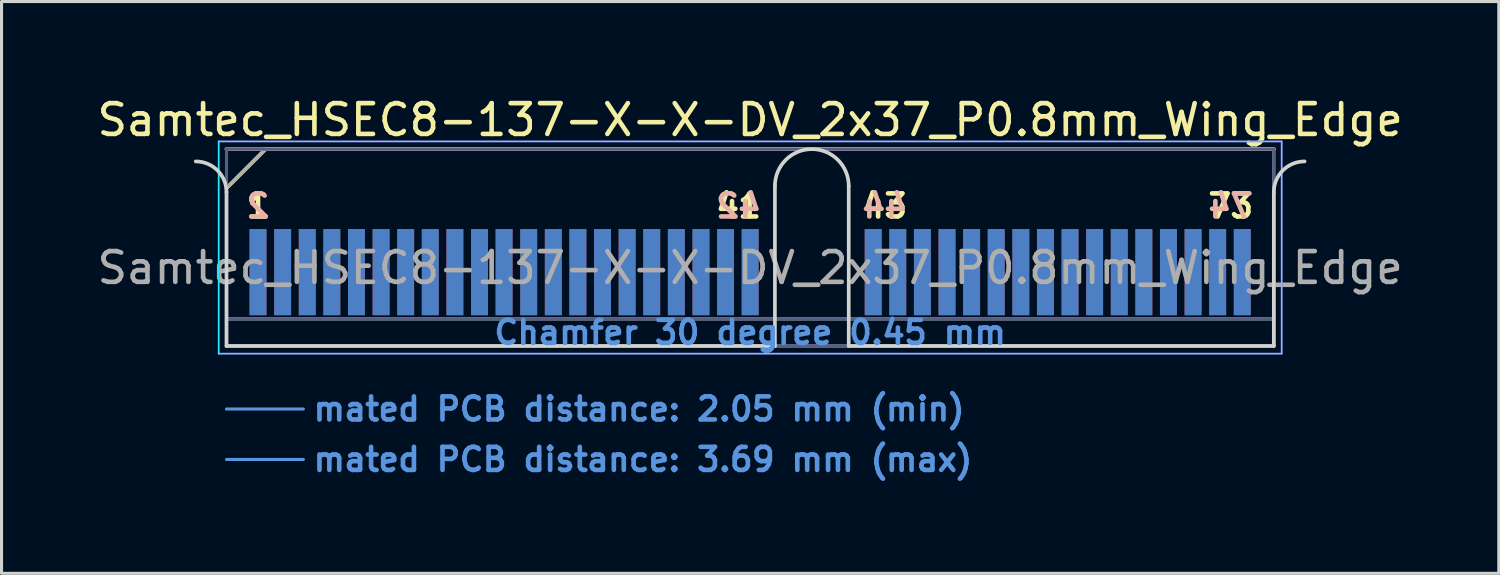
<source format=kicad_pcb>
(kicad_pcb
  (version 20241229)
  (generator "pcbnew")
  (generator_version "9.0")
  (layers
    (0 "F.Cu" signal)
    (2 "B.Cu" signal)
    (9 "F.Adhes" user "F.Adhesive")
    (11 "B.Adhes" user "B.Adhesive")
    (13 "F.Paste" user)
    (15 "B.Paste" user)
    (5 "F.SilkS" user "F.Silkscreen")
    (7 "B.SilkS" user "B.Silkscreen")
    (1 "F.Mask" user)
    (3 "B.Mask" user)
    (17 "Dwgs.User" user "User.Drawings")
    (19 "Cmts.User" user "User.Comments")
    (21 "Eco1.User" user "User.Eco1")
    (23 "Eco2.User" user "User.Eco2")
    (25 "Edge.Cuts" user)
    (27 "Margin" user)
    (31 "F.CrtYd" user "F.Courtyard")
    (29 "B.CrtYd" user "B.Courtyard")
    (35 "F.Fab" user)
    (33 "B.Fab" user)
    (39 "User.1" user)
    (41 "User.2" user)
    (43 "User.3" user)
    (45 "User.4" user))
  (footprint "Samtec_HSEC8-137-X-X-DV_2x37_P0.8mm_Wing_Edge"
    (layer "F.Cu")
    (at 21.339 8.198)
    (property "Reference" "Samtec_HSEC8-137-X-X-DV_2x37_P0.8mm_Wing_Edge" (at 0 -7.35 0) (layer "F.SilkS") (effects (font (size 1 1) (thickness 0.15))))
    (attr exclude_from_pos_files exclude_from_bom)
    (fp_line (start -17.025 -5.13) (end -15.755 -6.4) (stroke (width 0.12) (type solid)) (layer "F.SilkS"))
    (fp_line (start -15.755 -6.4) (end 17.025 -6.4) (stroke (width 0.12) (type solid)) (layer "F.SilkS"))
    (fp_line (start -17.025 -6.4) (end -17.025 -6.4) (stroke (width 0.12) (type solid)) (layer "B.SilkS"))
    (fp_line (start -17.025 -6.4) (end 17.025 -6.4) (stroke (width 0.12) (type solid)) (layer "B.SilkS"))
    (fp_line (start -17.025 2.05) (end -14.525 2.05) (stroke (width 0.1) (type solid)) (layer "Cmts.User"))
    (fp_line (start -17.025 3.69) (end -14.525 3.69) (stroke (width 0.1) (type solid)) (layer "Cmts.User"))
    (fp_line (start -17.025 -5) (end -17.025 0) (stroke (width 0.12) (type solid)) (layer "Edge.Cuts"))
    (fp_line (start -17.025 0) (end 0.805 0) (stroke (width 0.12) (type solid)) (layer "Edge.Cuts"))
    (fp_line (start 0.805 0) (end 0.805 -5.2) (stroke (width 0.12) (type solid)) (layer "Edge.Cuts"))
    (fp_line (start 3.205 -5.2) (end 3.205 0) (stroke (width 0.12) (type solid)) (layer "Edge.Cuts"))
    (fp_line (start 3.205 0) (end 17.025 0) (stroke (width 0.12) (type solid)) (layer "Edge.Cuts"))
    (fp_line (start 17.025 0) (end 17.025 -5) (stroke (width 0.12) (type solid)) (layer "Edge.Cuts"))
    (fp_arc (start -18.025 -6) (mid -17.317893 -5.707107) (end -17.025 -5) (stroke (width 0.12) (type solid)) (layer "Edge.Cuts"))
    (fp_arc (start 0.805 -5.2) (mid 2.005 -6.4) (end 3.205 -5.2) (stroke (width 0.12) (type solid)) (layer "Edge.Cuts"))
    (fp_arc (start 17.025 -5) (mid 17.317893 -5.707107) (end 18.025 -6) (stroke (width 0.12) (type solid)) (layer "Edge.Cuts"))
    (fp_line (start -17.28 -6.65) (end -17.28 0.25) (stroke (width 0.05) (type solid)) (layer "B.CrtYd"))
    (fp_line (start -17.28 0.25) (end 17.28 0.25) (stroke (width 0.05) (type solid)) (layer "B.CrtYd"))
    (fp_line (start 17.28 -6.65) (end -17.28 -6.65) (stroke (width 0.05) (type solid)) (layer "B.CrtYd"))
    (fp_line (start 17.28 0.25) (end 17.28 -6.65) (stroke (width 0.05) (type solid)) (layer "B.CrtYd"))
    (fp_line (start -17.28 -6.65) (end -17.28 0.25) (stroke (width 0.05) (type solid)) (layer "F.CrtYd"))
    (fp_line (start -17.28 0.25) (end 17.28 0.25) (stroke (width 0.05) (type solid)) (layer "F.CrtYd"))
    (fp_line (start 17.28 -6.65) (end -17.28 -6.65) (stroke (width 0.05) (type solid)) (layer "F.CrtYd"))
    (fp_line (start 17.28 0.25) (end 17.28 -6.65) (stroke (width 0.05) (type solid)) (layer "F.CrtYd"))
    (fp_line (start -17.025 -6.4) (end -17.025 -6.4) (stroke (width 0.1) (type solid)) (layer "B.Fab"))
    (fp_line (start -17.025 -6.4) (end -17.025 0) (stroke (width 0.1) (type solid)) (layer "B.Fab"))
    (fp_line (start -17.025 -6.4) (end 17.025 -6.4) (stroke (width 0.1) (type solid)) (layer "B.Fab"))
    (fp_line (start -17.025 -0.88) (end 17.025 -0.88) (stroke (width 0.1) (type solid)) (layer "B.Fab"))
    (fp_line (start -17.025 0) (end 17.025 0) (stroke (width 0.1) (type solid)) (layer "B.Fab"))
    (fp_line (start 17.025 -6.4) (end 17.025 0) (stroke (width 0.1) (type solid)) (layer "B.Fab"))
    (fp_line (start -17.025 -5.13) (end -17.025 0) (stroke (width 0.1) (type solid)) (layer "F.Fab"))
    (fp_line (start -17.025 -5.13) (end -15.755 -6.4) (stroke (width 0.1) (type solid)) (layer "F.Fab"))
    (fp_line (start -17.025 -0.88) (end 17.025 -0.88) (stroke (width 0.1) (type solid)) (layer "F.Fab"))
    (fp_line (start -17.025 0) (end 17.025 0) (stroke (width 0.1) (type solid)) (layer "F.Fab"))
    (fp_line (start -15.755 -6.4) (end 17.025 -6.4) (stroke (width 0.1) (type solid)) (layer "F.Fab"))
    (fp_line (start 17.025 -6.4) (end 17.025 0) (stroke (width 0.1) (type solid)) (layer "F.Fab"))
    (fp_text user "43" (at 4.375 -4.55 0) (layer "F.SilkS") (effects (font (size 0.75 0.75) (thickness 0.15))))
    (fp_text user "41" (at -0.375 -4.55 0) (layer "F.SilkS") (effects (font (size 0.75 0.75) (thickness 0.15))))
    (fp_text user "73" (at 15.625 -4.55 0) (layer "F.SilkS") (effects (font (size 0.75 0.75) (thickness 0.15))))
    (fp_text user "1" (at -16 -4.55 0) (layer "F.SilkS") (effects (font (size 0.75 0.75) (thickness 0.15))))
    (fp_text user "74" (at 15.625 -4.55 0) (layer "B.SilkS") (effects (font (size 0.75 0.75) (thickness 0.15)) (justify mirror)))
    (fp_text user "44" (at 4.375 -4.55 0) (layer "B.SilkS") (effects (font (size 0.75 0.75) (thickness 0.15)) (justify mirror)))
    (fp_text user "2" (at -16 -4.55 0) (layer "B.SilkS") (effects (font (size 0.75 0.75) (thickness 0.15)) (justify mirror)))
    (fp_text user "42" (at -0.375 -4.55 0) (layer "B.SilkS") (effects (font (size 0.75 0.75) (thickness 0.15)) (justify mirror)))
    (fp_text user "mated PCB distance: 3.69 mm (max)" (at -14.28 3.69 0) (layer "Cmts.User") (effects (font (size 0.75 0.75) (thickness 0.15)) (justify left)))
    (fp_text user "Chamfer 30 degree 0.45 mm" (at 0 -0.44 0) (layer "Cmts.User") (effects (font (size 0.75 0.75) (thickness 0.15))))
    (fp_text user "mated PCB distance: 2.05 mm (min)" (at -14.28 2.05 0) (layer "Cmts.User") (effects (font (size 0.75 0.75) (thickness 0.15)) (justify left)))
    (fp_text user "${REFERENCE}" (at 0 -2.54 0) (layer "F.Fab") (effects (font (size 1 1) (thickness 0.15))))
    (pad "1" connect rect (at -16 -2.4) (size 0.55 2.8) (layers "F.Cu" "F.Mask"))
    (pad "2" connect rect (at -16 -2.4) (size 0.55 2.8) (layers "B.Cu" "B.Mask"))
    (pad "3" connect rect (at -15.2 -2.4) (size 0.55 2.8) (layers "F.Cu" "F.Mask"))
    (pad "4" connect rect (at -15.2 -2.4) (size 0.55 2.8) (layers "B.Cu" "B.Mask"))
    (pad "5" connect rect (at -14.4 -2.4) (size 0.55 2.8) (layers "F.Cu" "F.Mask"))
    (pad "6" connect rect (at -14.4 -2.4) (size 0.55 2.8) (layers "B.Cu" "B.Mask"))
    (pad "7" connect rect (at -13.6 -2.4) (size 0.55 2.8) (layers "F.Cu" "F.Mask"))
    (pad "8" connect rect (at -13.6 -2.4) (size 0.55 2.8) (layers "B.Cu" "B.Mask"))
    (pad "9" connect rect (at -12.8 -2.4) (size 0.55 2.8) (layers "F.Cu" "F.Mask"))
    (pad "10" connect rect (at -12.8 -2.4) (size 0.55 2.8) (layers "B.Cu" "B.Mask"))
    (pad "11" connect rect (at -12 -2.4) (size 0.55 2.8) (layers "F.Cu" "F.Mask"))
    (pad "12" connect rect (at -12 -2.4) (size 0.55 2.8) (layers "B.Cu" "B.Mask"))
    (pad "13" connect rect (at -11.2 -2.4) (size 0.55 2.8) (layers "F.Cu" "F.Mask"))
    (pad "14" connect rect (at -11.2 -2.4) (size 0.55 2.8) (layers "B.Cu" "B.Mask"))
    (pad "15" connect rect (at -10.4 -2.4) (size 0.55 2.8) (layers "F.Cu" "F.Mask"))
    (pad "16" connect rect (at -10.4 -2.4) (size 0.55 2.8) (layers "B.Cu" "B.Mask"))
    (pad "17" connect rect (at -9.6 -2.4) (size 0.55 2.8) (layers "F.Cu" "F.Mask"))
    (pad "18" connect rect (at -9.6 -2.4) (size 0.55 2.8) (layers "B.Cu" "B.Mask"))
    (pad "19" connect rect (at -8.8 -2.4) (size 0.55 2.8) (layers "F.Cu" "F.Mask"))
    (pad "20" connect rect (at -8.8 -2.4) (size 0.55 2.8) (layers "B.Cu" "B.Mask"))
    (pad "21" connect rect (at -8 -2.4) (size 0.55 2.8) (layers "F.Cu" "F.Mask"))
    (pad "22" connect rect (at -8 -2.4) (size 0.55 2.8) (layers "B.Cu" "B.Mask"))
    (pad "23" connect rect (at -7.2 -2.4) (size 0.55 2.8) (layers "F.Cu" "F.Mask"))
    (pad "24" connect rect (at -7.2 -2.4) (size 0.55 2.8) (layers "B.Cu" "B.Mask"))
    (pad "25" connect rect (at -6.4 -2.4) (size 0.55 2.8) (layers "F.Cu" "F.Mask"))
    (pad "26" connect rect (at -6.4 -2.4) (size 0.55 2.8) (layers "B.Cu" "B.Mask"))
    (pad "27" connect rect (at -5.6 -2.4) (size 0.55 2.8) (layers "F.Cu" "F.Mask"))
    (pad "28" connect rect (at -5.6 -2.4) (size 0.55 2.8) (layers "B.Cu" "B.Mask"))
    (pad "29" connect rect (at -4.8 -2.4) (size 0.55 2.8) (layers "F.Cu" "F.Mask"))
    (pad "30" connect rect (at -4.8 -2.4) (size 0.55 2.8) (layers "B.Cu" "B.Mask"))
    (pad "31" connect rect (at -4 -2.4) (size 0.55 2.8) (layers "F.Cu" "F.Mask"))
    (pad "32" connect rect (at -4 -2.4) (size 0.55 2.8) (layers "B.Cu" "B.Mask"))
    (pad "33" connect rect (at -3.2 -2.4) (size 0.55 2.8) (layers "F.Cu" "F.Mask"))
    (pad "34" connect rect (at -3.2 -2.4) (size 0.55 2.8) (layers "B.Cu" "B.Mask"))
    (pad "35" connect rect (at -2.4 -2.4) (size 0.55 2.8) (layers "F.Cu" "F.Mask"))
    (pad "36" connect rect (at -2.4 -2.4) (size 0.55 2.8) (layers "B.Cu" "B.Mask"))
    (pad "37" connect rect (at -1.6 -2.4) (size 0.55 2.8) (layers "F.Cu" "F.Mask"))
    (pad "38" connect rect (at -1.6 -2.4) (size 0.55 2.8) (layers "B.Cu" "B.Mask"))
    (pad "39" connect rect (at -0.8 -2.4) (size 0.55 2.8) (layers "F.Cu" "F.Mask"))
    (pad "40" connect rect (at -0.8 -2.4) (size 0.55 2.8) (layers "B.Cu" "B.Mask"))
    (pad "41" connect rect (at 0 -2.4) (size 0.55 2.8) (layers "F.Cu" "F.Mask"))
    (pad "42" connect rect (at 0 -2.4) (size 0.55 2.8) (layers "B.Cu" "B.Mask"))
    (pad "43" connect rect (at 4 -2.4) (size 0.55 2.8) (layers "F.Cu" "F.Mask"))
    (pad "44" connect rect (at 4 -2.4) (size 0.55 2.8) (layers "B.Cu" "B.Mask"))
    (pad "45" connect rect (at 4.8 -2.4) (size 0.55 2.8) (layers "F.Cu" "F.Mask"))
    (pad "46" connect rect (at 4.8 -2.4) (size 0.55 2.8) (layers "B.Cu" "B.Mask"))
    (pad "47" connect rect (at 5.6 -2.4) (size 0.55 2.8) (layers "F.Cu" "F.Mask"))
    (pad "48" connect rect (at 5.6 -2.4) (size 0.55 2.8) (layers "B.Cu" "B.Mask"))
    (pad "49" connect rect (at 6.4 -2.4) (size 0.55 2.8) (layers "F.Cu" "F.Mask"))
    (pad "50" connect rect (at 6.4 -2.4) (size 0.55 2.8) (layers "B.Cu" "B.Mask"))
    (pad "51" connect rect (at 7.2 -2.4) (size 0.55 2.8) (layers "F.Cu" "F.Mask"))
    (pad "52" connect rect (at 7.2 -2.4) (size 0.55 2.8) (layers "B.Cu" "B.Mask"))
    (pad "53" connect rect (at 8 -2.4) (size 0.55 2.8) (layers "F.Cu" "F.Mask"))
    (pad "54" connect rect (at 8 -2.4) (size 0.55 2.8) (layers "B.Cu" "B.Mask"))
    (pad "55" connect rect (at 8.8 -2.4) (size 0.55 2.8) (layers "F.Cu" "F.Mask"))
    (pad "56" connect rect (at 8.8 -2.4) (size 0.55 2.8) (layers "B.Cu" "B.Mask"))
    (pad "57" connect rect (at 9.6 -2.4) (size 0.55 2.8) (layers "F.Cu" "F.Mask"))
    (pad "58" connect rect (at 9.6 -2.4) (size 0.55 2.8) (layers "B.Cu" "B.Mask"))
    (pad "59" connect rect (at 10.4 -2.4) (size 0.55 2.8) (layers "F.Cu" "F.Mask"))
    (pad "60" connect rect (at 10.4 -2.4) (size 0.55 2.8) (layers "B.Cu" "B.Mask"))
    (pad "61" connect rect (at 11.2 -2.4) (size 0.55 2.8) (layers "F.Cu" "F.Mask"))
    (pad "62" connect rect (at 11.2 -2.4) (size 0.55 2.8) (layers "B.Cu" "B.Mask"))
    (pad "63" connect rect (at 12 -2.4) (size 0.55 2.8) (layers "F.Cu" "F.Mask"))
    (pad "64" connect rect (at 12 -2.4) (size 0.55 2.8) (layers "B.Cu" "B.Mask"))
    (pad "65" connect rect (at 12.8 -2.4) (size 0.55 2.8) (layers "F.Cu" "F.Mask"))
    (pad "66" connect rect (at 12.8 -2.4) (size 0.55 2.8) (layers "B.Cu" "B.Mask"))
    (pad "67" connect rect (at 13.6 -2.4) (size 0.55 2.8) (layers "F.Cu" "F.Mask"))
    (pad "68" connect rect (at 13.6 -2.4) (size 0.55 2.8) (layers "B.Cu" "B.Mask"))
    (pad "69" connect rect (at 14.4 -2.4) (size 0.55 2.8) (layers "F.Cu" "F.Mask"))
    (pad "70" connect rect (at 14.4 -2.4) (size 0.55 2.8) (layers "B.Cu" "B.Mask"))
    (pad "71" connect rect (at 15.2 -2.4) (size 0.55 2.8) (layers "F.Cu" "F.Mask"))
    (pad "72" connect rect (at 15.2 -2.4) (size 0.55 2.8) (layers "B.Cu" "B.Mask"))
    (pad "73" connect rect (at 16 -2.4) (size 0.55 2.8) (layers "F.Cu" "F.Mask"))
    (pad "74" connect rect (at 16 -2.4) (size 0.55 2.8) (layers "B.Cu" "B.Mask")))
  (gr_rect
    (start -3 -3)
    (end 45.679 15.59)
    (stroke (width 0.1) (type default))
    (fill no)
    (layer "Edge.Cuts")))
</source>
